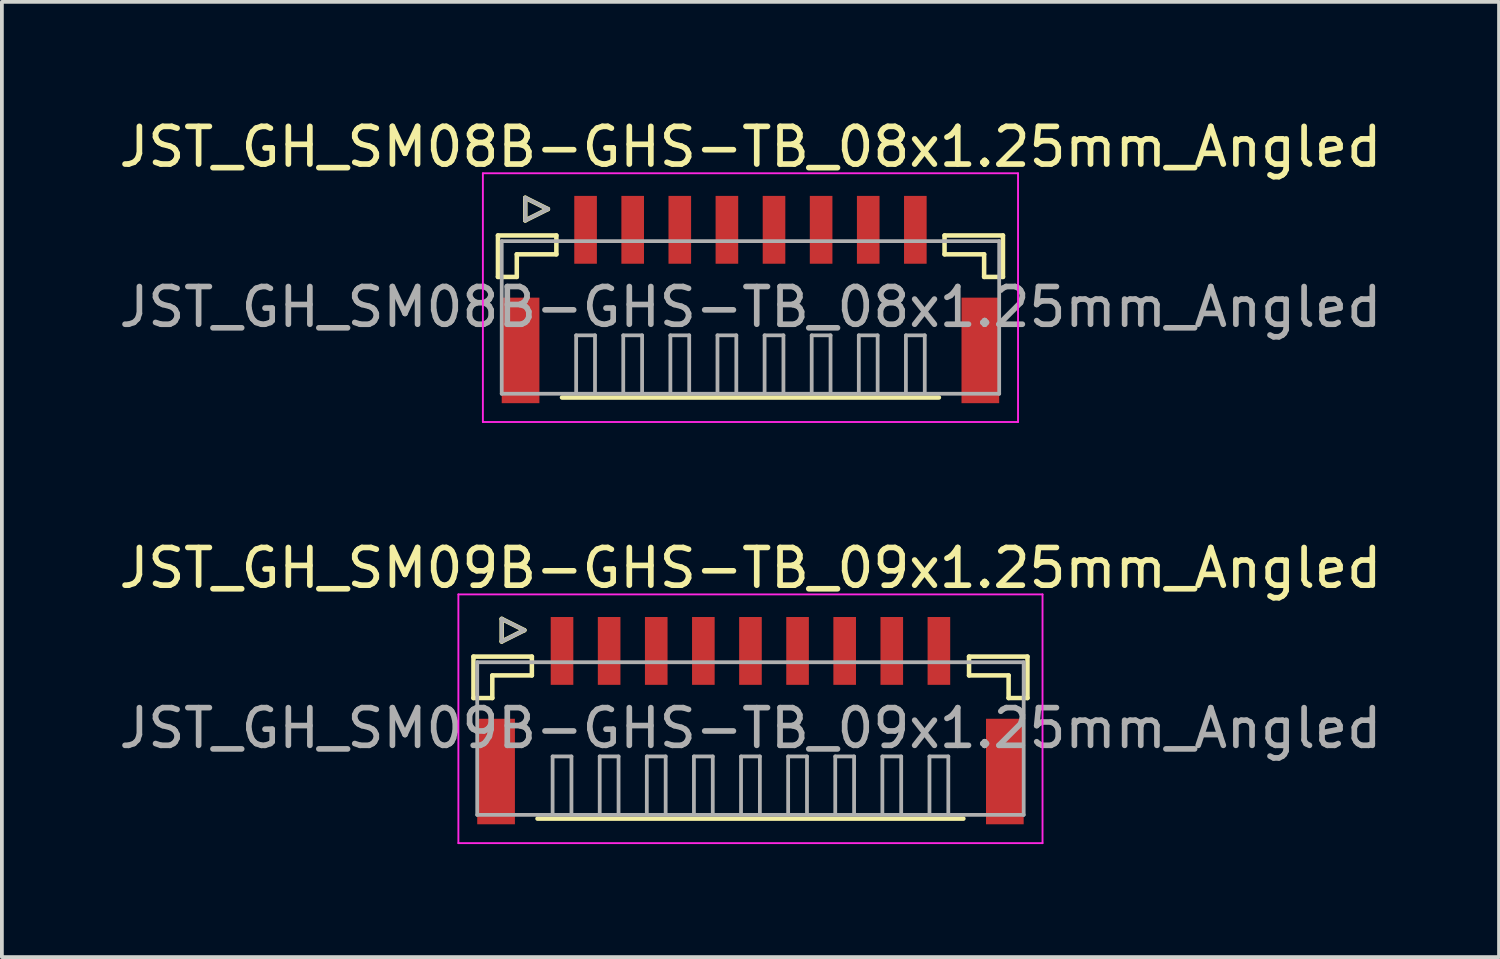
<source format=kicad_pcb>
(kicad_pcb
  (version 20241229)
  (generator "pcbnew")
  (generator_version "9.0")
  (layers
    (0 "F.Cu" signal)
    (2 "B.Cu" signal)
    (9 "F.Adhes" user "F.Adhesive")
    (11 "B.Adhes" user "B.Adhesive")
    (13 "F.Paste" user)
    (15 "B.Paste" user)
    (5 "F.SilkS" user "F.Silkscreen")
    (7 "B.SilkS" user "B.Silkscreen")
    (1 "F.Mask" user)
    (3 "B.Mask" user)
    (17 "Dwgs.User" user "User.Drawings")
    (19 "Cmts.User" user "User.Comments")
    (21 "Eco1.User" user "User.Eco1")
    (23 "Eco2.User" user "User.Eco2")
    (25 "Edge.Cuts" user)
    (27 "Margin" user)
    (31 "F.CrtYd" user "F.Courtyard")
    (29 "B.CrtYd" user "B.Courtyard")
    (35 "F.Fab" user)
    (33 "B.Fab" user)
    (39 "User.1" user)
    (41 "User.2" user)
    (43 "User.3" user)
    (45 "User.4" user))
  (footprint "JST_GH_SM09B-GHS-TB_09x1.25mm_Angled"
    (layer "F.Cu")
    (at 16.863 15.822)
    (property "Reference" "JST_GH_SM09B-GHS-TB_09x1.25mm_Angled" (at 0 -3.8 0) (layer "F.SilkS") (effects (font (size 1 1) (thickness 0.15))))
    (attr smd)
    (fp_line (start -7.35 -1.45) (end -5.8 -1.45) (stroke (width 0.12) (type solid)) (layer "F.SilkS"))
    (fp_line (start -7.35 -0.35) (end -7.35 -1.45) (stroke (width 0.12) (type solid)) (layer "F.SilkS"))
    (fp_line (start -6.85 -0.95) (end -6.85 -0.35) (stroke (width 0.12) (type solid)) (layer "F.SilkS"))
    (fp_line (start -6.85 -0.35) (end -7.35 -0.35) (stroke (width 0.12) (type solid)) (layer "F.SilkS"))
    (fp_line (start -6.6 -2.45) (end -6.6 -1.85) (stroke (width 0.12) (type solid)) (layer "F.SilkS"))
    (fp_line (start -6.6 -1.85) (end -6 -2.15) (stroke (width 0.12) (type solid)) (layer "F.SilkS"))
    (fp_line (start -6 -2.15) (end -6.6 -2.45) (stroke (width 0.12) (type solid)) (layer "F.SilkS"))
    (fp_line (start -5.8 -1.45) (end -5.8 -0.95) (stroke (width 0.12) (type solid)) (layer "F.SilkS"))
    (fp_line (start -5.8 -0.95) (end -6.85 -0.95) (stroke (width 0.12) (type solid)) (layer "F.SilkS"))
    (fp_line (start -5.65 2.85) (end 5.65 2.85) (stroke (width 0.12) (type solid)) (layer "F.SilkS"))
    (fp_line (start 5.8 -1.45) (end 5.8 -0.95) (stroke (width 0.12) (type solid)) (layer "F.SilkS"))
    (fp_line (start 5.8 -0.95) (end 6.85 -0.95) (stroke (width 0.12) (type solid)) (layer "F.SilkS"))
    (fp_line (start 6.85 -0.95) (end 6.85 -0.35) (stroke (width 0.12) (type solid)) (layer "F.SilkS"))
    (fp_line (start 6.85 -0.35) (end 7.35 -0.35) (stroke (width 0.12) (type solid)) (layer "F.SilkS"))
    (fp_line (start 7.35 -1.45) (end 5.8 -1.45) (stroke (width 0.12) (type solid)) (layer "F.SilkS"))
    (fp_line (start 7.35 -0.35) (end 7.35 -1.45) (stroke (width 0.12) (type solid)) (layer "F.SilkS"))
    (fp_line (start -7.75 -3.1) (end -7.75 3.5) (stroke (width 0.05) (type solid)) (layer "F.CrtYd"))
    (fp_line (start -7.75 3.5) (end 7.75 3.5) (stroke (width 0.05) (type solid)) (layer "F.CrtYd"))
    (fp_line (start 7.75 -3.1) (end -7.75 -3.1) (stroke (width 0.05) (type solid)) (layer "F.CrtYd"))
    (fp_line (start 7.75 3.5) (end 7.75 -3.1) (stroke (width 0.05) (type solid)) (layer "F.CrtYd"))
    (fp_line (start -7.25 -1.3) (end -7.25 2.75) (stroke (width 0.1) (type solid)) (layer "F.Fab"))
    (fp_line (start -7.25 2.75) (end 7.25 2.75) (stroke (width 0.1) (type solid)) (layer "F.Fab"))
    (fp_line (start -6.6 -2.45) (end -6.6 -1.85) (stroke (width 0.1) (type solid)) (layer "F.Fab"))
    (fp_line (start -6.6 -1.85) (end -6 -2.15) (stroke (width 0.1) (type solid)) (layer "F.Fab"))
    (fp_line (start -6 -2.15) (end -6.6 -2.45) (stroke (width 0.1) (type solid)) (layer "F.Fab"))
    (fp_line (start -5.25 1.2) (end -4.75 1.2) (stroke (width 0.1) (type solid)) (layer "F.Fab"))
    (fp_line (start -5.25 2.7) (end -5.25 1.2) (stroke (width 0.1) (type solid)) (layer "F.Fab"))
    (fp_line (start -4.75 1.2) (end -4.75 2.7) (stroke (width 0.1) (type solid)) (layer "F.Fab"))
    (fp_line (start -4 1.2) (end -3.5 1.2) (stroke (width 0.1) (type solid)) (layer "F.Fab"))
    (fp_line (start -4 2.7) (end -4 1.2) (stroke (width 0.1) (type solid)) (layer "F.Fab"))
    (fp_line (start -3.5 1.2) (end -3.5 2.7) (stroke (width 0.1) (type solid)) (layer "F.Fab"))
    (fp_line (start -2.75 1.2) (end -2.25 1.2) (stroke (width 0.1) (type solid)) (layer "F.Fab"))
    (fp_line (start -2.75 2.7) (end -2.75 1.2) (stroke (width 0.1) (type solid)) (layer "F.Fab"))
    (fp_line (start -2.25 1.2) (end -2.25 2.7) (stroke (width 0.1) (type solid)) (layer "F.Fab"))
    (fp_line (start -1.5 1.2) (end -1 1.2) (stroke (width 0.1) (type solid)) (layer "F.Fab"))
    (fp_line (start -1.5 2.7) (end -1.5 1.2) (stroke (width 0.1) (type solid)) (layer "F.Fab"))
    (fp_line (start -1 1.2) (end -1 2.7) (stroke (width 0.1) (type solid)) (layer "F.Fab"))
    (fp_line (start -0.25 1.2) (end 0.25 1.2) (stroke (width 0.1) (type solid)) (layer "F.Fab"))
    (fp_line (start -0.25 2.7) (end -0.25 1.2) (stroke (width 0.1) (type solid)) (layer "F.Fab"))
    (fp_line (start 0.25 1.2) (end 0.25 2.7) (stroke (width 0.1) (type solid)) (layer "F.Fab"))
    (fp_line (start 1 1.2) (end 1.5 1.2) (stroke (width 0.1) (type solid)) (layer "F.Fab"))
    (fp_line (start 1 2.7) (end 1 1.2) (stroke (width 0.1) (type solid)) (layer "F.Fab"))
    (fp_line (start 1.5 1.2) (end 1.5 2.7) (stroke (width 0.1) (type solid)) (layer "F.Fab"))
    (fp_line (start 2.25 1.2) (end 2.75 1.2) (stroke (width 0.1) (type solid)) (layer "F.Fab"))
    (fp_line (start 2.25 2.7) (end 2.25 1.2) (stroke (width 0.1) (type solid)) (layer "F.Fab"))
    (fp_line (start 2.75 1.2) (end 2.75 2.7) (stroke (width 0.1) (type solid)) (layer "F.Fab"))
    (fp_line (start 3.5 1.2) (end 4 1.2) (stroke (width 0.1) (type solid)) (layer "F.Fab"))
    (fp_line (start 3.5 2.7) (end 3.5 1.2) (stroke (width 0.1) (type solid)) (layer "F.Fab"))
    (fp_line (start 4 1.2) (end 4 2.7) (stroke (width 0.1) (type solid)) (layer "F.Fab"))
    (fp_line (start 4.75 1.2) (end 5.25 1.2) (stroke (width 0.1) (type solid)) (layer "F.Fab"))
    (fp_line (start 4.75 2.7) (end 4.75 1.2) (stroke (width 0.1) (type solid)) (layer "F.Fab"))
    (fp_line (start 5.25 1.2) (end 5.25 2.7) (stroke (width 0.1) (type solid)) (layer "F.Fab"))
    (fp_line (start 7.25 -1.3) (end -7.25 -1.3) (stroke (width 0.1) (type solid)) (layer "F.Fab"))
    (fp_line (start 7.25 2.75) (end 7.25 -1.3) (stroke (width 0.1) (type solid)) (layer "F.Fab"))
    (fp_text user "${REFERENCE}" (at 0 0.45 0) (layer "F.Fab") (effects (font (size 1 1) (thickness 0.15))))
    (pad "" smd rect (at -6.75 1.6) (size 1 2.8) (layers "F.Cu" "F.Mask" "F.Paste"))
    (pad "" smd rect (at 6.75 1.6) (size 1 2.8) (layers "F.Cu" "F.Mask" "F.Paste"))
    (pad "1" smd rect (at -5 -1.6) (size 0.6 1.8) (layers "F.Cu" "F.Mask" "F.Paste"))
    (pad "2" smd rect (at -3.75 -1.6) (size 0.6 1.8) (layers "F.Cu" "F.Mask" "F.Paste"))
    (pad "3" smd rect (at -2.5 -1.6) (size 0.6 1.8) (layers "F.Cu" "F.Mask" "F.Paste"))
    (pad "4" smd rect (at -1.25 -1.6) (size 0.6 1.8) (layers "F.Cu" "F.Mask" "F.Paste"))
    (pad "5" smd rect (at 0 -1.6) (size 0.6 1.8) (layers "F.Cu" "F.Mask" "F.Paste"))
    (pad "6" smd rect (at 1.25 -1.6) (size 0.6 1.8) (layers "F.Cu" "F.Mask" "F.Paste"))
    (pad "7" smd rect (at 2.5 -1.6) (size 0.6 1.8) (layers "F.Cu" "F.Mask" "F.Paste"))
    (pad "8" smd rect (at 3.75 -1.6) (size 0.6 1.8) (layers "F.Cu" "F.Mask" "F.Paste"))
    (pad "9" smd rect (at 5 -1.6) (size 0.6 1.8) (layers "F.Cu" "F.Mask" "F.Paste")))
  (footprint "JST_GH_SM08B-GHS-TB_08x1.25mm_Angled"
    (layer "F.Cu")
    (at 16.863 4.648)
    (property "Reference" "JST_GH_SM08B-GHS-TB_08x1.25mm_Angled" (at 0 -3.8 0) (layer "F.SilkS") (effects (font (size 1 1) (thickness 0.15))))
    (attr smd)
    (fp_line (start -6.7 -1.45) (end -5.15 -1.45) (stroke (width 0.12) (type solid)) (layer "F.SilkS"))
    (fp_line (start -6.7 -0.35) (end -6.7 -1.45) (stroke (width 0.12) (type solid)) (layer "F.SilkS"))
    (fp_line (start -6.2 -0.95) (end -6.2 -0.35) (stroke (width 0.12) (type solid)) (layer "F.SilkS"))
    (fp_line (start -6.2 -0.35) (end -6.7 -0.35) (stroke (width 0.12) (type solid)) (layer "F.SilkS"))
    (fp_line (start -5.975 -2.45) (end -5.975 -1.85) (stroke (width 0.12) (type solid)) (layer "F.SilkS"))
    (fp_line (start -5.975 -1.85) (end -5.375 -2.15) (stroke (width 0.12) (type solid)) (layer "F.SilkS"))
    (fp_line (start -5.375 -2.15) (end -5.975 -2.45) (stroke (width 0.12) (type solid)) (layer "F.SilkS"))
    (fp_line (start -5.15 -1.45) (end -5.15 -0.95) (stroke (width 0.12) (type solid)) (layer "F.SilkS"))
    (fp_line (start -5.15 -0.95) (end -6.2 -0.95) (stroke (width 0.12) (type solid)) (layer "F.SilkS"))
    (fp_line (start -5 2.85) (end 5 2.85) (stroke (width 0.12) (type solid)) (layer "F.SilkS"))
    (fp_line (start 5.15 -1.45) (end 5.15 -0.95) (stroke (width 0.12) (type solid)) (layer "F.SilkS"))
    (fp_line (start 5.15 -0.95) (end 6.2 -0.95) (stroke (width 0.12) (type solid)) (layer "F.SilkS"))
    (fp_line (start 6.2 -0.95) (end 6.2 -0.35) (stroke (width 0.12) (type solid)) (layer "F.SilkS"))
    (fp_line (start 6.2 -0.35) (end 6.7 -0.35) (stroke (width 0.12) (type solid)) (layer "F.SilkS"))
    (fp_line (start 6.7 -1.45) (end 5.15 -1.45) (stroke (width 0.12) (type solid)) (layer "F.SilkS"))
    (fp_line (start 6.7 -0.35) (end 6.7 -1.45) (stroke (width 0.12) (type solid)) (layer "F.SilkS"))
    (fp_line (start -7.1 -3.1) (end -7.1 3.5) (stroke (width 0.05) (type solid)) (layer "F.CrtYd"))
    (fp_line (start -7.1 3.5) (end 7.1 3.5) (stroke (width 0.05) (type solid)) (layer "F.CrtYd"))
    (fp_line (start 7.1 -3.1) (end -7.1 -3.1) (stroke (width 0.05) (type solid)) (layer "F.CrtYd"))
    (fp_line (start 7.1 3.5) (end 7.1 -3.1) (stroke (width 0.05) (type solid)) (layer "F.CrtYd"))
    (fp_line (start -6.6 -1.3) (end -6.6 2.75) (stroke (width 0.1) (type solid)) (layer "F.Fab"))
    (fp_line (start -6.6 2.75) (end 6.6 2.75) (stroke (width 0.1) (type solid)) (layer "F.Fab"))
    (fp_line (start -5.975 -2.45) (end -5.975 -1.85) (stroke (width 0.1) (type solid)) (layer "F.Fab"))
    (fp_line (start -5.975 -1.85) (end -5.375 -2.15) (stroke (width 0.1) (type solid)) (layer "F.Fab"))
    (fp_line (start -5.375 -2.15) (end -5.975 -2.45) (stroke (width 0.1) (type solid)) (layer "F.Fab"))
    (fp_line (start -4.625 1.2) (end -4.125 1.2) (stroke (width 0.1) (type solid)) (layer "F.Fab"))
    (fp_line (start -4.625 2.7) (end -4.625 1.2) (stroke (width 0.1) (type solid)) (layer "F.Fab"))
    (fp_line (start -4.125 1.2) (end -4.125 2.7) (stroke (width 0.1) (type solid)) (layer "F.Fab"))
    (fp_line (start -3.375 1.2) (end -2.875 1.2) (stroke (width 0.1) (type solid)) (layer "F.Fab"))
    (fp_line (start -3.375 2.7) (end -3.375 1.2) (stroke (width 0.1) (type solid)) (layer "F.Fab"))
    (fp_line (start -2.875 1.2) (end -2.875 2.7) (stroke (width 0.1) (type solid)) (layer "F.Fab"))
    (fp_line (start -2.125 1.2) (end -1.625 1.2) (stroke (width 0.1) (type solid)) (layer "F.Fab"))
    (fp_line (start -2.125 2.7) (end -2.125 1.2) (stroke (width 0.1) (type solid)) (layer "F.Fab"))
    (fp_line (start -1.625 1.2) (end -1.625 2.7) (stroke (width 0.1) (type solid)) (layer "F.Fab"))
    (fp_line (start -0.875 1.2) (end -0.375 1.2) (stroke (width 0.1) (type solid)) (layer "F.Fab"))
    (fp_line (start -0.875 2.7) (end -0.875 1.2) (stroke (width 0.1) (type solid)) (layer "F.Fab"))
    (fp_line (start -0.375 1.2) (end -0.375 2.7) (stroke (width 0.1) (type solid)) (layer "F.Fab"))
    (fp_line (start 0.375 1.2) (end 0.875 1.2) (stroke (width 0.1) (type solid)) (layer "F.Fab"))
    (fp_line (start 0.375 2.7) (end 0.375 1.2) (stroke (width 0.1) (type solid)) (layer "F.Fab"))
    (fp_line (start 0.875 1.2) (end 0.875 2.7) (stroke (width 0.1) (type solid)) (layer "F.Fab"))
    (fp_line (start 1.625 1.2) (end 2.125 1.2) (stroke (width 0.1) (type solid)) (layer "F.Fab"))
    (fp_line (start 1.625 2.7) (end 1.625 1.2) (stroke (width 0.1) (type solid)) (layer "F.Fab"))
    (fp_line (start 2.125 1.2) (end 2.125 2.7) (stroke (width 0.1) (type solid)) (layer "F.Fab"))
    (fp_line (start 2.875 1.2) (end 3.375 1.2) (stroke (width 0.1) (type solid)) (layer "F.Fab"))
    (fp_line (start 2.875 2.7) (end 2.875 1.2) (stroke (width 0.1) (type solid)) (layer "F.Fab"))
    (fp_line (start 3.375 1.2) (end 3.375 2.7) (stroke (width 0.1) (type solid)) (layer "F.Fab"))
    (fp_line (start 4.125 1.2) (end 4.625 1.2) (stroke (width 0.1) (type solid)) (layer "F.Fab"))
    (fp_line (start 4.125 2.7) (end 4.125 1.2) (stroke (width 0.1) (type solid)) (layer "F.Fab"))
    (fp_line (start 4.625 1.2) (end 4.625 2.7) (stroke (width 0.1) (type solid)) (layer "F.Fab"))
    (fp_line (start 6.6 -1.3) (end -6.6 -1.3) (stroke (width 0.1) (type solid)) (layer "F.Fab"))
    (fp_line (start 6.6 2.75) (end 6.6 -1.3) (stroke (width 0.1) (type solid)) (layer "F.Fab"))
    (fp_text user "${REFERENCE}" (at 0 0.45 0) (layer "F.Fab") (effects (font (size 1 1) (thickness 0.15))))
    (pad "" smd rect (at -6.1 1.6) (size 1 2.8) (layers "F.Cu" "F.Mask" "F.Paste"))
    (pad "" smd rect (at 6.1 1.6) (size 1 2.8) (layers "F.Cu" "F.Mask" "F.Paste"))
    (pad "1" smd rect (at -4.375 -1.6) (size 0.6 1.8) (layers "F.Cu" "F.Mask" "F.Paste"))
    (pad "2" smd rect (at -3.125 -1.6) (size 0.6 1.8) (layers "F.Cu" "F.Mask" "F.Paste"))
    (pad "3" smd rect (at -1.875 -1.6) (size 0.6 1.8) (layers "F.Cu" "F.Mask" "F.Paste"))
    (pad "4" smd rect (at -0.625 -1.6) (size 0.6 1.8) (layers "F.Cu" "F.Mask" "F.Paste"))
    (pad "5" smd rect (at 0.625 -1.6) (size 0.6 1.8) (layers "F.Cu" "F.Mask" "F.Paste"))
    (pad "6" smd rect (at 1.875 -1.6) (size 0.6 1.8) (layers "F.Cu" "F.Mask" "F.Paste"))
    (pad "7" smd rect (at 3.125 -1.6) (size 0.6 1.8) (layers "F.Cu" "F.Mask" "F.Paste"))
    (pad "8" smd rect (at 4.375 -1.6) (size 0.6 1.8) (layers "F.Cu" "F.Mask" "F.Paste")))
  (gr_rect
    (start -3 -3)
    (end 36.726 22.346)
    (stroke (width 0.1) (type default))
    (fill no)
    (layer "Edge.Cuts")))
</source>
